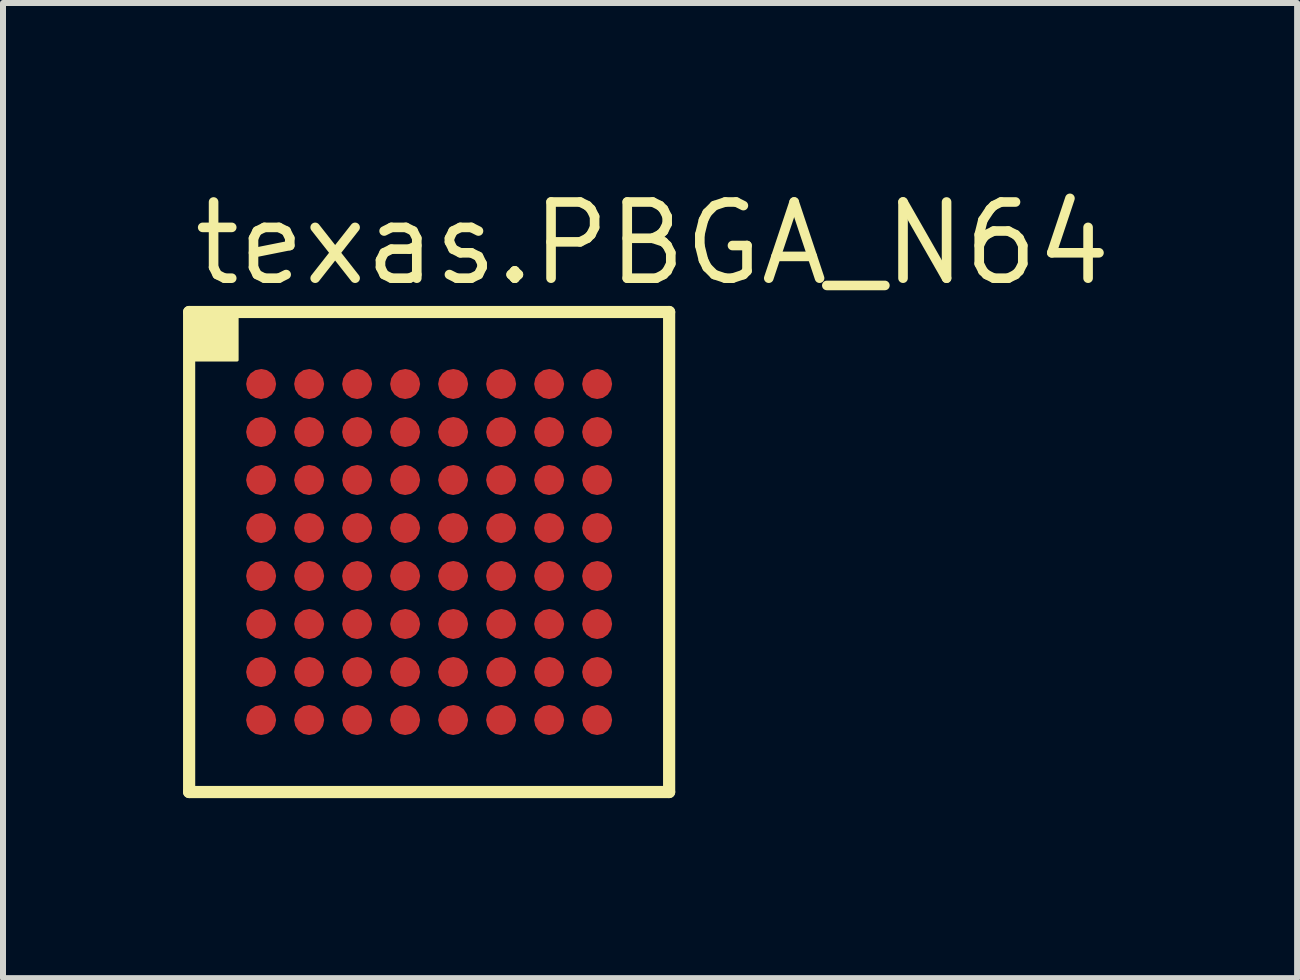
<source format=kicad_pcb>
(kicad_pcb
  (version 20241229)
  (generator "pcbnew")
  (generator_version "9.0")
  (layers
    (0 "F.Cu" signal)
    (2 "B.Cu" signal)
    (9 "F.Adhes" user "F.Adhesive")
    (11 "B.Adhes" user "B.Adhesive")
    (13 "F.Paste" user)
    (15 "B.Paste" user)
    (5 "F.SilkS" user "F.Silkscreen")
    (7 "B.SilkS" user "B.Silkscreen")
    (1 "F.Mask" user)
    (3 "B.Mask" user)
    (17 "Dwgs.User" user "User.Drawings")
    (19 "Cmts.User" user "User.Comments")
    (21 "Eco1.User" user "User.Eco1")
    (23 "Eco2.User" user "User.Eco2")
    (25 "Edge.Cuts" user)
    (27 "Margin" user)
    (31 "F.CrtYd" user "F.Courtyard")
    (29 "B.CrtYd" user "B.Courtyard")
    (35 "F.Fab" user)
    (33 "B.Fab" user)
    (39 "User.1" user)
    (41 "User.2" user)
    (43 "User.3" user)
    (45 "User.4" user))
  (footprint "texas.PBGA_N64"
    (layer "F.Cu")
    (at 4.102 6.15)
    (property "Reference" "texas.PBGA_N64" (at -4 -4.4 0) (layer "F.SilkS") (effects (font (size 1.27 1.27) (thickness 0.16)) (justify left bottom)))
    (attr smd)
    (fp_circle (center -2.8 -2.8) (end -2.55 -2.8) (stroke (width 0.1) (type default)) (fill no) (layer "F.Mask"))
    (fp_circle (center -2.8 -2) (end -2.55 -2) (stroke (width 0.1) (type default)) (fill no) (layer "F.Mask"))
    (fp_circle (center -2.8 -1.2) (end -2.55 -1.2) (stroke (width 0.1) (type default)) (fill no) (layer "F.Mask"))
    (fp_circle (center -2.8 -0.4) (end -2.55 -0.4) (stroke (width 0.1) (type default)) (fill no) (layer "F.Mask"))
    (fp_circle (center -2.8 0.4) (end -2.55 0.4) (stroke (width 0.1) (type default)) (fill no) (layer "F.Mask"))
    (fp_circle (center -2.8 1.2) (end -2.55 1.2) (stroke (width 0.1) (type default)) (fill no) (layer "F.Mask"))
    (fp_circle (center -2.8 2) (end -2.55 2) (stroke (width 0.1) (type default)) (fill no) (layer "F.Mask"))
    (fp_circle (center -2.8 2.8) (end -2.55 2.8) (stroke (width 0.1) (type default)) (fill no) (layer "F.Mask"))
    (fp_circle (center -2 -2.8) (end -1.75 -2.8) (stroke (width 0.1) (type default)) (fill no) (layer "F.Mask"))
    (fp_circle (center -2 -2) (end -1.75 -2) (stroke (width 0.1) (type default)) (fill no) (layer "F.Mask"))
    (fp_circle (center -2 -1.2) (end -1.75 -1.2) (stroke (width 0.1) (type default)) (fill no) (layer "F.Mask"))
    (fp_circle (center -2 -0.4) (end -1.75 -0.4) (stroke (width 0.1) (type default)) (fill no) (layer "F.Mask"))
    (fp_circle (center -2 0.4) (end -1.75 0.4) (stroke (width 0.1) (type default)) (fill no) (layer "F.Mask"))
    (fp_circle (center -2 1.2) (end -1.75 1.2) (stroke (width 0.1) (type default)) (fill no) (layer "F.Mask"))
    (fp_circle (center -2 2) (end -1.75 2) (stroke (width 0.1) (type default)) (fill no) (layer "F.Mask"))
    (fp_circle (center -2 2.8) (end -1.75 2.8) (stroke (width 0.1) (type default)) (fill no) (layer "F.Mask"))
    (fp_circle (center -1.2 -2.8) (end -0.95 -2.8) (stroke (width 0.1) (type default)) (fill no) (layer "F.Mask"))
    (fp_circle (center -1.2 -2) (end -0.95 -2) (stroke (width 0.1) (type default)) (fill no) (layer "F.Mask"))
    (fp_circle (center -1.2 -1.2) (end -0.95 -1.2) (stroke (width 0.1) (type default)) (fill no) (layer "F.Mask"))
    (fp_circle (center -1.2 -0.4) (end -0.95 -0.4) (stroke (width 0.1) (type default)) (fill no) (layer "F.Mask"))
    (fp_circle (center -1.2 0.4) (end -0.95 0.4) (stroke (width 0.1) (type default)) (fill no) (layer "F.Mask"))
    (fp_circle (center -1.2 1.2) (end -0.95 1.2) (stroke (width 0.1) (type default)) (fill no) (layer "F.Mask"))
    (fp_circle (center -1.2 2) (end -0.95 2) (stroke (width 0.1) (type default)) (fill no) (layer "F.Mask"))
    (fp_circle (center -1.2 2.8) (end -0.95 2.8) (stroke (width 0.1) (type default)) (fill no) (layer "F.Mask"))
    (fp_circle (center -0.4 -2.8) (end -0.15 -2.8) (stroke (width 0.1) (type default)) (fill no) (layer "F.Mask"))
    (fp_circle (center -0.4 -2) (end -0.15 -2) (stroke (width 0.1) (type default)) (fill no) (layer "F.Mask"))
    (fp_circle (center -0.4 -1.2) (end -0.15 -1.2) (stroke (width 0.1) (type default)) (fill no) (layer "F.Mask"))
    (fp_circle (center -0.4 -0.4) (end -0.15 -0.4) (stroke (width 0.1) (type default)) (fill no) (layer "F.Mask"))
    (fp_circle (center -0.4 0.4) (end -0.15 0.4) (stroke (width 0.1) (type default)) (fill no) (layer "F.Mask"))
    (fp_circle (center -0.4 1.2) (end -0.15 1.2) (stroke (width 0.1) (type default)) (fill no) (layer "F.Mask"))
    (fp_circle (center -0.4 2) (end -0.15 2) (stroke (width 0.1) (type default)) (fill no) (layer "F.Mask"))
    (fp_circle (center -0.4 2.8) (end -0.15 2.8) (stroke (width 0.1) (type default)) (fill no) (layer "F.Mask"))
    (fp_circle (center 0.4 -2.8) (end 0.65 -2.8) (stroke (width 0.1) (type default)) (fill no) (layer "F.Mask"))
    (fp_circle (center 0.4 -2) (end 0.65 -2) (stroke (width 0.1) (type default)) (fill no) (layer "F.Mask"))
    (fp_circle (center 0.4 -1.2) (end 0.65 -1.2) (stroke (width 0.1) (type default)) (fill no) (layer "F.Mask"))
    (fp_circle (center 0.4 -0.4) (end 0.65 -0.4) (stroke (width 0.1) (type default)) (fill no) (layer "F.Mask"))
    (fp_circle (center 0.4 0.4) (end 0.65 0.4) (stroke (width 0.1) (type default)) (fill no) (layer "F.Mask"))
    (fp_circle (center 0.4 1.2) (end 0.65 1.2) (stroke (width 0.1) (type default)) (fill no) (layer "F.Mask"))
    (fp_circle (center 0.4 2) (end 0.65 2) (stroke (width 0.1) (type default)) (fill no) (layer "F.Mask"))
    (fp_circle (center 0.4 2.8) (end 0.65 2.8) (stroke (width 0.1) (type default)) (fill no) (layer "F.Mask"))
    (fp_circle (center 1.2 -2.8) (end 1.45 -2.8) (stroke (width 0.1) (type default)) (fill no) (layer "F.Mask"))
    (fp_circle (center 1.2 -2) (end 1.45 -2) (stroke (width 0.1) (type default)) (fill no) (layer "F.Mask"))
    (fp_circle (center 1.2 -1.2) (end 1.45 -1.2) (stroke (width 0.1) (type default)) (fill no) (layer "F.Mask"))
    (fp_circle (center 1.2 -0.4) (end 1.45 -0.4) (stroke (width 0.1) (type default)) (fill no) (layer "F.Mask"))
    (fp_circle (center 1.2 0.4) (end 1.45 0.4) (stroke (width 0.1) (type default)) (fill no) (layer "F.Mask"))
    (fp_circle (center 1.2 1.2) (end 1.45 1.2) (stroke (width 0.1) (type default)) (fill no) (layer "F.Mask"))
    (fp_circle (center 1.2 2) (end 1.45 2) (stroke (width 0.1) (type default)) (fill no) (layer "F.Mask"))
    (fp_circle (center 1.2 2.8) (end 1.45 2.8) (stroke (width 0.1) (type default)) (fill no) (layer "F.Mask"))
    (fp_circle (center 2 -2.8) (end 2.25 -2.8) (stroke (width 0.1) (type default)) (fill no) (layer "F.Mask"))
    (fp_circle (center 2 -2) (end 2.25 -2) (stroke (width 0.1) (type default)) (fill no) (layer "F.Mask"))
    (fp_circle (center 2 -1.2) (end 2.25 -1.2) (stroke (width 0.1) (type default)) (fill no) (layer "F.Mask"))
    (fp_circle (center 2 -0.4) (end 2.25 -0.4) (stroke (width 0.1) (type default)) (fill no) (layer "F.Mask"))
    (fp_circle (center 2 0.4) (end 2.25 0.4) (stroke (width 0.1) (type default)) (fill no) (layer "F.Mask"))
    (fp_circle (center 2 1.2) (end 2.25 1.2) (stroke (width 0.1) (type default)) (fill no) (layer "F.Mask"))
    (fp_circle (center 2 2) (end 2.25 2) (stroke (width 0.1) (type default)) (fill no) (layer "F.Mask"))
    (fp_circle (center 2 2.8) (end 2.25 2.8) (stroke (width 0.1) (type default)) (fill no) (layer "F.Mask"))
    (fp_circle (center 2.8 -2.8) (end 3.05 -2.8) (stroke (width 0.1) (type default)) (fill no) (layer "F.Mask"))
    (fp_circle (center 2.8 -2) (end 3.05 -2) (stroke (width 0.1) (type default)) (fill no) (layer "F.Mask"))
    (fp_circle (center 2.8 -1.2) (end 3.05 -1.2) (stroke (width 0.1) (type default)) (fill no) (layer "F.Mask"))
    (fp_circle (center 2.8 -0.4) (end 3.05 -0.4) (stroke (width 0.1) (type default)) (fill no) (layer "F.Mask"))
    (fp_circle (center 2.8 0.4) (end 3.05 0.4) (stroke (width 0.1) (type default)) (fill no) (layer "F.Mask"))
    (fp_circle (center 2.8 1.2) (end 3.05 1.2) (stroke (width 0.1) (type default)) (fill no) (layer "F.Mask"))
    (fp_circle (center 2.8 2) (end 3.05 2) (stroke (width 0.1) (type default)) (fill no) (layer "F.Mask"))
    (fp_circle (center 2.8 2.8) (end 3.05 2.8) (stroke (width 0.1) (type default)) (fill no) (layer "F.Mask"))
    (fp_line (start -4 -4) (end 4 -4) (stroke (width 0.203) (type default)) (layer "F.SilkS"))
    (fp_line (start -4 4) (end -4 -4) (stroke (width 0.203) (type default)) (layer "F.SilkS"))
    (fp_line (start 4 -4) (end 4 4) (stroke (width 0.203) (type default)) (layer "F.SilkS"))
    (fp_line (start 4 4) (end -4 4) (stroke (width 0.203) (type default)) (layer "F.SilkS"))
    (fp_rect (start -4 -3.2) (end -3.2 -4) (stroke (width 0.05) (type default)) (fill yes) (layer "F.SilkS"))
    (pad "A1" smd roundrect (at -2.8 -2.8) (size 0.5 0.5) (layers "F.Cu" "F.Mask" "F.Paste") (roundrect_rratio 0.5))
    (pad "A2" smd roundrect (at -2 -2.8) (size 0.5 0.5) (layers "F.Cu" "F.Mask" "F.Paste") (roundrect_rratio 0.5))
    (pad "A3" smd roundrect (at -1.2 -2.8) (size 0.5 0.5) (layers "F.Cu" "F.Mask" "F.Paste") (roundrect_rratio 0.5))
    (pad "A4" smd roundrect (at -0.4 -2.8) (size 0.5 0.5) (layers "F.Cu" "F.Mask" "F.Paste") (roundrect_rratio 0.5))
    (pad "A5" smd roundrect (at 0.4 -2.8) (size 0.5 0.5) (layers "F.Cu" "F.Mask" "F.Paste") (roundrect_rratio 0.5))
    (pad "A6" smd roundrect (at 1.2 -2.8) (size 0.5 0.5) (layers "F.Cu" "F.Mask" "F.Paste") (roundrect_rratio 0.5))
    (pad "A7" smd roundrect (at 2 -2.8) (size 0.5 0.5) (layers "F.Cu" "F.Mask" "F.Paste") (roundrect_rratio 0.5))
    (pad "A8" smd roundrect (at 2.8 -2.8) (size 0.5 0.5) (layers "F.Cu" "F.Mask" "F.Paste") (roundrect_rratio 0.5))
    (pad "B1" smd roundrect (at -2.8 -2) (size 0.5 0.5) (layers "F.Cu" "F.Mask" "F.Paste") (roundrect_rratio 0.5))
    (pad "B2" smd roundrect (at -2 -2) (size 0.5 0.5) (layers "F.Cu" "F.Mask" "F.Paste") (roundrect_rratio 0.5))
    (pad "B3" smd roundrect (at -1.2 -2) (size 0.5 0.5) (layers "F.Cu" "F.Mask" "F.Paste") (roundrect_rratio 0.5))
    (pad "B4" smd roundrect (at -0.4 -2) (size 0.5 0.5) (layers "F.Cu" "F.Mask" "F.Paste") (roundrect_rratio 0.5))
    (pad "B5" smd roundrect (at 0.4 -2) (size 0.5 0.5) (layers "F.Cu" "F.Mask" "F.Paste") (roundrect_rratio 0.5))
    (pad "B6" smd roundrect (at 1.2 -2) (size 0.5 0.5) (layers "F.Cu" "F.Mask" "F.Paste") (roundrect_rratio 0.5))
    (pad "B7" smd roundrect (at 2 -2) (size 0.5 0.5) (layers "F.Cu" "F.Mask" "F.Paste") (roundrect_rratio 0.5))
    (pad "B8" smd roundrect (at 2.8 -2) (size 0.5 0.5) (layers "F.Cu" "F.Mask" "F.Paste") (roundrect_rratio 0.5))
    (pad "C1" smd roundrect (at -2.8 -1.2) (size 0.5 0.5) (layers "F.Cu" "F.Mask" "F.Paste") (roundrect_rratio 0.5))
    (pad "C2" smd roundrect (at -2 -1.2) (size 0.5 0.5) (layers "F.Cu" "F.Mask" "F.Paste") (roundrect_rratio 0.5))
    (pad "C3" smd roundrect (at -1.2 -1.2) (size 0.5 0.5) (layers "F.Cu" "F.Mask" "F.Paste") (roundrect_rratio 0.5))
    (pad "C4" smd roundrect (at -0.4 -1.2) (size 0.5 0.5) (layers "F.Cu" "F.Mask" "F.Paste") (roundrect_rratio 0.5))
    (pad "C5" smd roundrect (at 0.4 -1.2) (size 0.5 0.5) (layers "F.Cu" "F.Mask" "F.Paste") (roundrect_rratio 0.5))
    (pad "C6" smd roundrect (at 1.2 -1.2) (size 0.5 0.5) (layers "F.Cu" "F.Mask" "F.Paste") (roundrect_rratio 0.5))
    (pad "C7" smd roundrect (at 2 -1.2) (size 0.5 0.5) (layers "F.Cu" "F.Mask" "F.Paste") (roundrect_rratio 0.5))
    (pad "C8" smd roundrect (at 2.8 -1.2) (size 0.5 0.5) (layers "F.Cu" "F.Mask" "F.Paste") (roundrect_rratio 0.5))
    (pad "D1" smd roundrect (at -2.8 -0.4) (size 0.5 0.5) (layers "F.Cu" "F.Mask" "F.Paste") (roundrect_rratio 0.5))
    (pad "D2" smd roundrect (at -2 -0.4) (size 0.5 0.5) (layers "F.Cu" "F.Mask" "F.Paste") (roundrect_rratio 0.5))
    (pad "D3" smd roundrect (at -1.2 -0.4) (size 0.5 0.5) (layers "F.Cu" "F.Mask" "F.Paste") (roundrect_rratio 0.5))
    (pad "D4" smd roundrect (at -0.4 -0.4) (size 0.5 0.5) (layers "F.Cu" "F.Mask" "F.Paste") (roundrect_rratio 0.5))
    (pad "D5" smd roundrect (at 0.4 -0.4) (size 0.5 0.5) (layers "F.Cu" "F.Mask" "F.Paste") (roundrect_rratio 0.5))
    (pad "D6" smd roundrect (at 1.2 -0.4) (size 0.5 0.5) (layers "F.Cu" "F.Mask" "F.Paste") (roundrect_rratio 0.5))
    (pad "D7" smd roundrect (at 2 -0.4) (size 0.5 0.5) (layers "F.Cu" "F.Mask" "F.Paste") (roundrect_rratio 0.5))
    (pad "D8" smd roundrect (at 2.8 -0.4) (size 0.5 0.5) (layers "F.Cu" "F.Mask" "F.Paste") (roundrect_rratio 0.5))
    (pad "E1" smd roundrect (at -2.8 0.4) (size 0.5 0.5) (layers "F.Cu" "F.Mask" "F.Paste") (roundrect_rratio 0.5))
    (pad "E2" smd roundrect (at -2 0.4) (size 0.5 0.5) (layers "F.Cu" "F.Mask" "F.Paste") (roundrect_rratio 0.5))
    (pad "E3" smd roundrect (at -1.2 0.4) (size 0.5 0.5) (layers "F.Cu" "F.Mask" "F.Paste") (roundrect_rratio 0.5))
    (pad "E4" smd roundrect (at -0.4 0.4) (size 0.5 0.5) (layers "F.Cu" "F.Mask" "F.Paste") (roundrect_rratio 0.5))
    (pad "E5" smd roundrect (at 0.4 0.4) (size 0.5 0.5) (layers "F.Cu" "F.Mask" "F.Paste") (roundrect_rratio 0.5))
    (pad "E6" smd roundrect (at 1.2 0.4) (size 0.5 0.5) (layers "F.Cu" "F.Mask" "F.Paste") (roundrect_rratio 0.5))
    (pad "E7" smd roundrect (at 2 0.4) (size 0.5 0.5) (layers "F.Cu" "F.Mask" "F.Paste") (roundrect_rratio 0.5))
    (pad "E8" smd roundrect (at 2.8 0.4) (size 0.5 0.5) (layers "F.Cu" "F.Mask" "F.Paste") (roundrect_rratio 0.5))
    (pad "F1" smd roundrect (at -2.8 1.2) (size 0.5 0.5) (layers "F.Cu" "F.Mask" "F.Paste") (roundrect_rratio 0.5))
    (pad "F2" smd roundrect (at -2 1.2) (size 0.5 0.5) (layers "F.Cu" "F.Mask" "F.Paste") (roundrect_rratio 0.5))
    (pad "F3" smd roundrect (at -1.2 1.2) (size 0.5 0.5) (layers "F.Cu" "F.Mask" "F.Paste") (roundrect_rratio 0.5))
    (pad "F4" smd roundrect (at -0.4 1.2) (size 0.5 0.5) (layers "F.Cu" "F.Mask" "F.Paste") (roundrect_rratio 0.5))
    (pad "F5" smd roundrect (at 0.4 1.2) (size 0.5 0.5) (layers "F.Cu" "F.Mask" "F.Paste") (roundrect_rratio 0.5))
    (pad "F6" smd roundrect (at 1.2 1.2) (size 0.5 0.5) (layers "F.Cu" "F.Mask" "F.Paste") (roundrect_rratio 0.5))
    (pad "F7" smd roundrect (at 2 1.2) (size 0.5 0.5) (layers "F.Cu" "F.Mask" "F.Paste") (roundrect_rratio 0.5))
    (pad "F8" smd roundrect (at 2.8 1.2) (size 0.5 0.5) (layers "F.Cu" "F.Mask" "F.Paste") (roundrect_rratio 0.5))
    (pad "G1" smd roundrect (at -2.8 2) (size 0.5 0.5) (layers "F.Cu" "F.Mask" "F.Paste") (roundrect_rratio 0.5))
    (pad "G2" smd roundrect (at -2 2) (size 0.5 0.5) (layers "F.Cu" "F.Mask" "F.Paste") (roundrect_rratio 0.5))
    (pad "G3" smd roundrect (at -1.2 2) (size 0.5 0.5) (layers "F.Cu" "F.Mask" "F.Paste") (roundrect_rratio 0.5))
    (pad "G4" smd roundrect (at -0.4 2) (size 0.5 0.5) (layers "F.Cu" "F.Mask" "F.Paste") (roundrect_rratio 0.5))
    (pad "G5" smd roundrect (at 0.4 2) (size 0.5 0.5) (layers "F.Cu" "F.Mask" "F.Paste") (roundrect_rratio 0.5))
    (pad "G6" smd roundrect (at 1.2 2) (size 0.5 0.5) (layers "F.Cu" "F.Mask" "F.Paste") (roundrect_rratio 0.5))
    (pad "G7" smd roundrect (at 2 2) (size 0.5 0.5) (layers "F.Cu" "F.Mask" "F.Paste") (roundrect_rratio 0.5))
    (pad "G8" smd roundrect (at 2.8 2) (size 0.5 0.5) (layers "F.Cu" "F.Mask" "F.Paste") (roundrect_rratio 0.5))
    (pad "H1" smd roundrect (at -2.8 2.8) (size 0.5 0.5) (layers "F.Cu" "F.Mask" "F.Paste") (roundrect_rratio 0.5))
    (pad "H2" smd roundrect (at -2 2.8) (size 0.5 0.5) (layers "F.Cu" "F.Mask" "F.Paste") (roundrect_rratio 0.5))
    (pad "H3" smd roundrect (at -1.2 2.8) (size 0.5 0.5) (layers "F.Cu" "F.Mask" "F.Paste") (roundrect_rratio 0.5))
    (pad "H4" smd roundrect (at -0.4 2.8) (size 0.5 0.5) (layers "F.Cu" "F.Mask" "F.Paste") (roundrect_rratio 0.5))
    (pad "H5" smd roundrect (at 0.4 2.8) (size 0.5 0.5) (layers "F.Cu" "F.Mask" "F.Paste") (roundrect_rratio 0.5))
    (pad "H6" smd roundrect (at 1.2 2.8) (size 0.5 0.5) (layers "F.Cu" "F.Mask" "F.Paste") (roundrect_rratio 0.5))
    (pad "H7" smd roundrect (at 2 2.8) (size 0.5 0.5) (layers "F.Cu" "F.Mask" "F.Paste") (roundrect_rratio 0.5))
    (pad "H8" smd roundrect (at 2.8 2.8) (size 0.5 0.5) (layers "F.Cu" "F.Mask" "F.Paste") (roundrect_rratio 0.5)))
  (gr_rect
    (start -3 -3)
    (end 18.568 13.252)
    (stroke (width 0.1) (type default))
    (fill no)
    (layer "Edge.Cuts")))
</source>
